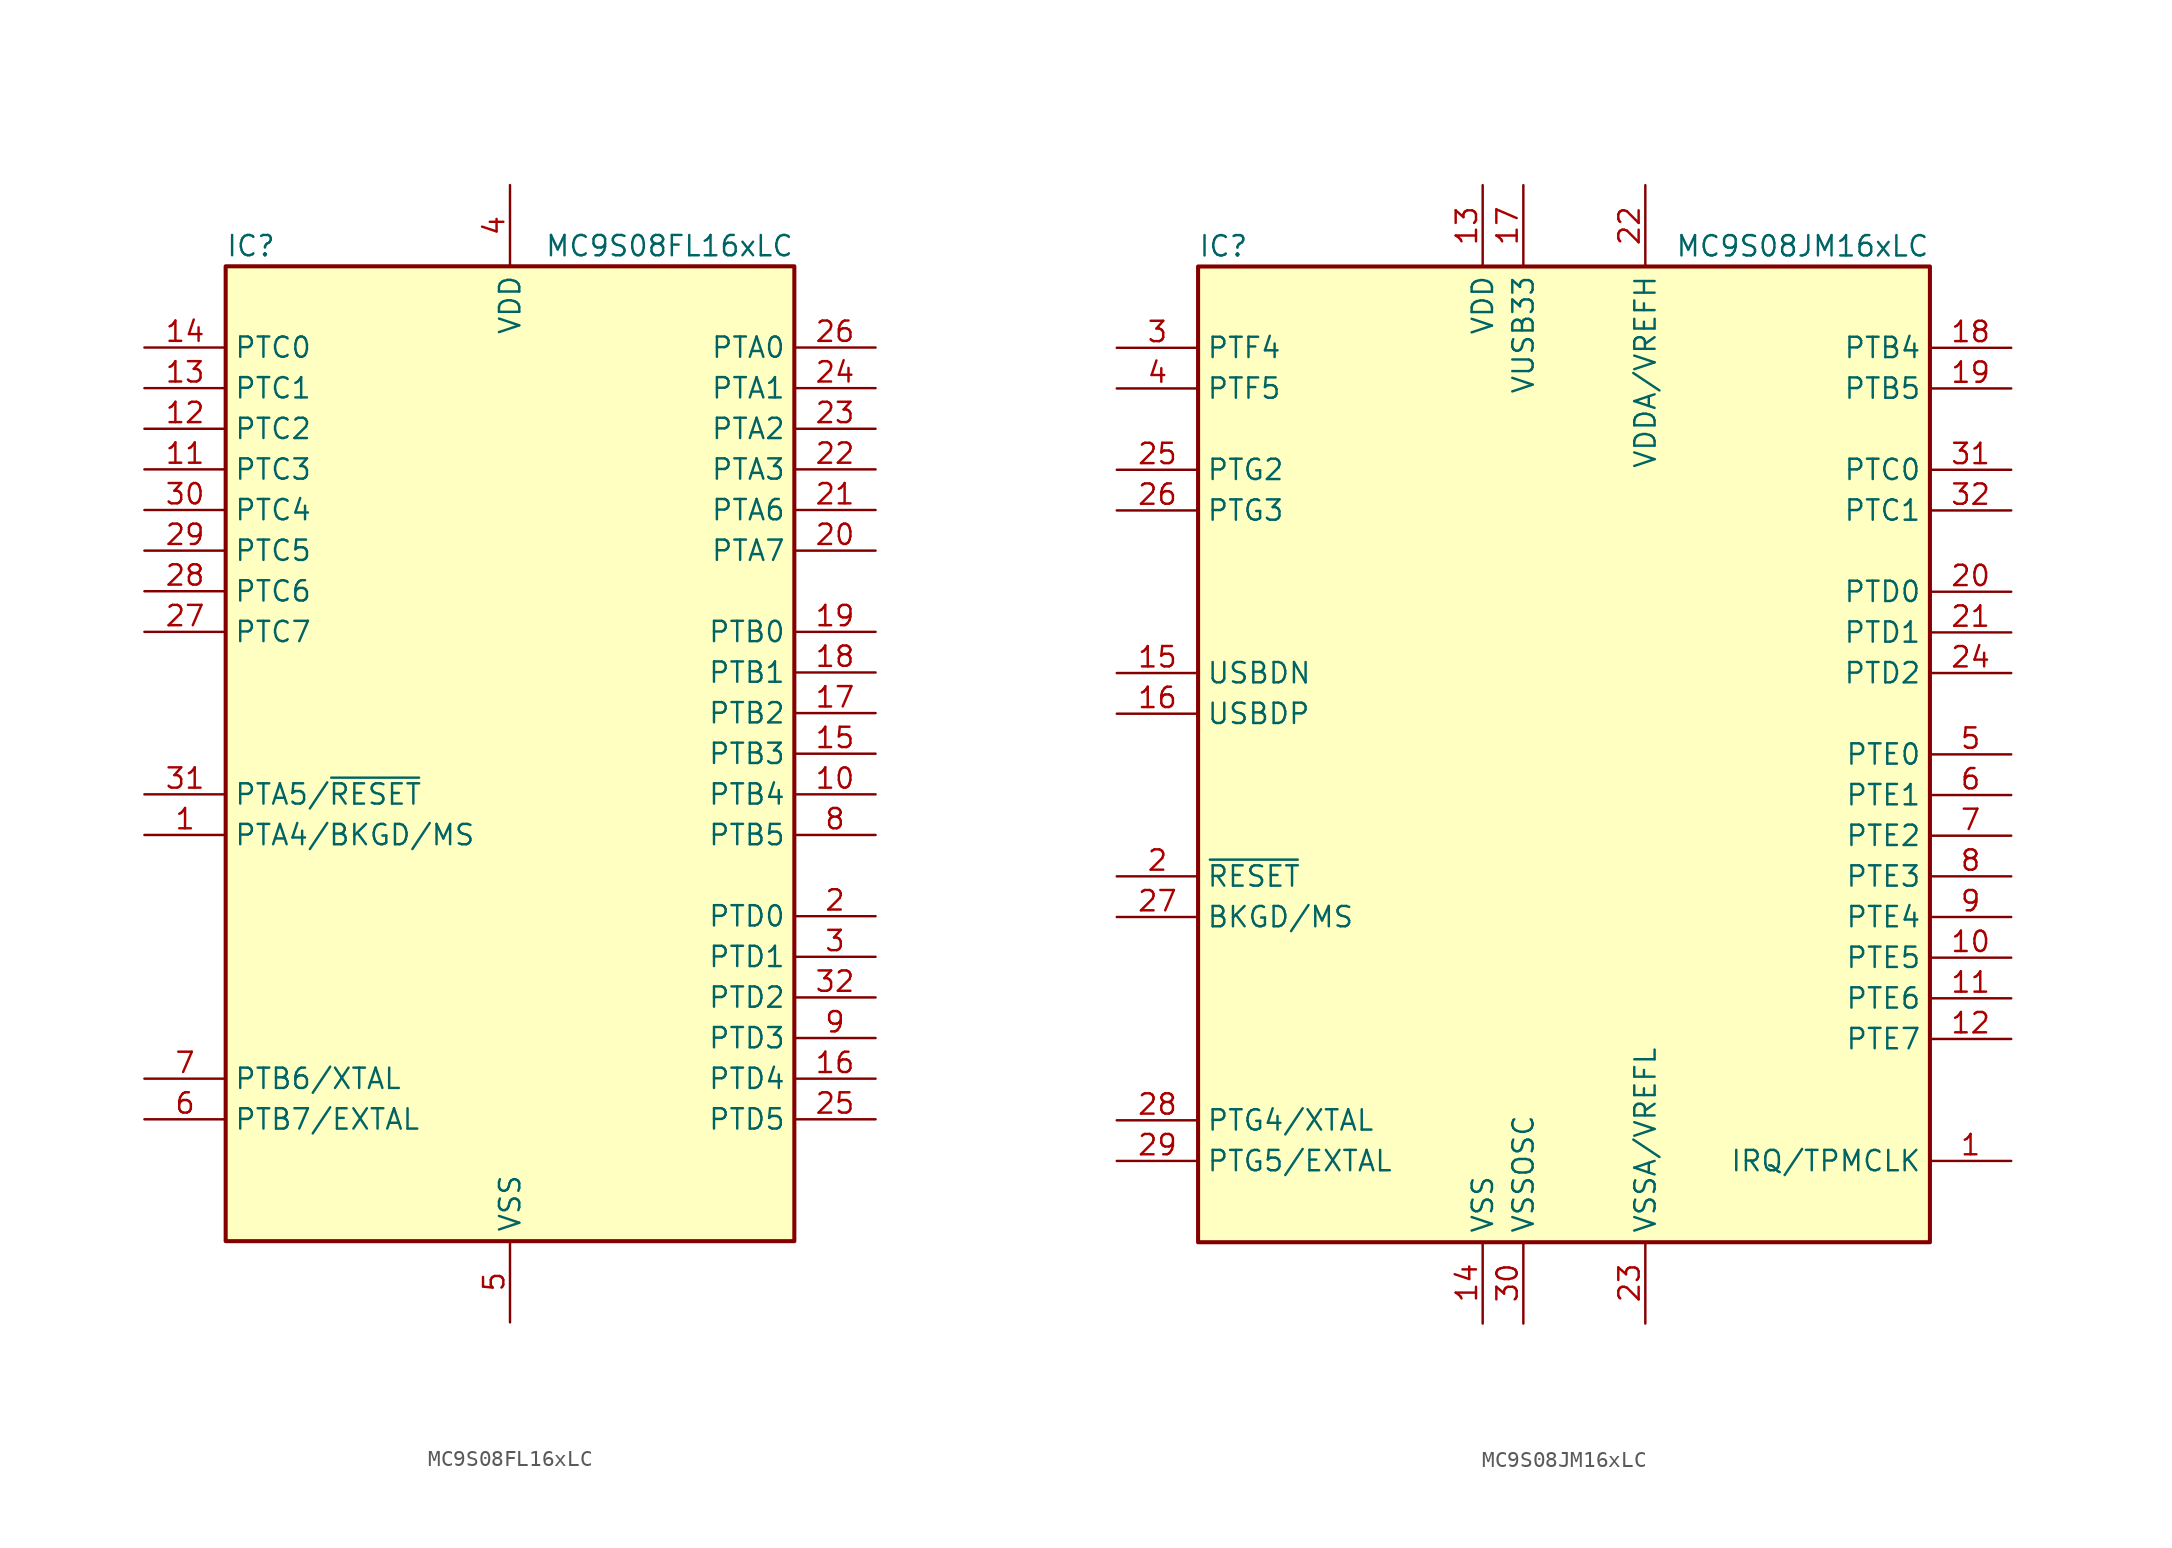
<source format=kicad_sym>
(kicad_symbol_lib
  (version 20201005)
  (generator kicad_symbol_editor)
  (symbol "MCU_NXP_S08:MC9S08FL16xLC"
    (property "Reference" "IC"
      (at -17.78 31.75 0)
      (effects (font (size 1.27 1.27)) (justify left)))
    (property "Value" "MC9S08FL16xLC"
      (at 17.78 31.75 0)
      (effects (font (size 1.27 1.27)) (justify right)))
    (symbol "MC9S08FL16xLC_0_1"
      (rectangle (start -17.78 30.48) (end 17.78 -30.48) (stroke (width 0.254)) (fill (type background))))
    (symbol "MC9S08FL16xLC_1_1"
      (pin bidirectional line (at -22.86 -5.08 0) (length 5.08) (name "PTA4/BKGD/MS" (effects (font (size 1.27 1.27)))) (number "1" (effects (font (size 1.27 1.27)))))
      (pin bidirectional line (at 22.86 -2.54 180) (length 5.08) (name "PTB4" (effects (font (size 1.27 1.27)))) (number "10" (effects (font (size 1.27 1.27)))))
      (pin bidirectional line (at -22.86 17.78 0) (length 5.08) (name "PTC3" (effects (font (size 1.27 1.27)))) (number "11" (effects (font (size 1.27 1.27)))))
      (pin bidirectional line (at -22.86 20.32 0) (length 5.08) (name "PTC2" (effects (font (size 1.27 1.27)))) (number "12" (effects (font (size 1.27 1.27)))))
      (pin bidirectional line (at -22.86 22.86 0) (length 5.08) (name "PTC1" (effects (font (size 1.27 1.27)))) (number "13" (effects (font (size 1.27 1.27)))))
      (pin bidirectional line (at -22.86 25.4 0) (length 5.08) (name "PTC0" (effects (font (size 1.27 1.27)))) (number "14" (effects (font (size 1.27 1.27)))))
      (pin bidirectional line (at 22.86 0 180) (length 5.08) (name "PTB3" (effects (font (size 1.27 1.27)))) (number "15" (effects (font (size 1.27 1.27)))))
      (pin bidirectional line (at 22.86 -20.32 180) (length 5.08) (name "PTD4" (effects (font (size 1.27 1.27)))) (number "16" (effects (font (size 1.27 1.27)))))
      (pin bidirectional line (at 22.86 2.54 180) (length 5.08) (name "PTB2" (effects (font (size 1.27 1.27)))) (number "17" (effects (font (size 1.27 1.27)))))
      (pin bidirectional line (at 22.86 5.08 180) (length 5.08) (name "PTB1" (effects (font (size 1.27 1.27)))) (number "18" (effects (font (size 1.27 1.27)))))
      (pin bidirectional line (at 22.86 7.62 180) (length 5.08) (name "PTB0" (effects (font (size 1.27 1.27)))) (number "19" (effects (font (size 1.27 1.27)))))
      (pin bidirectional line (at 22.86 -10.16 180) (length 5.08) (name "PTD0" (effects (font (size 1.27 1.27)))) (number "2" (effects (font (size 1.27 1.27)))))
      (pin bidirectional line (at 22.86 12.7 180) (length 5.08) (name "PTA7" (effects (font (size 1.27 1.27)))) (number "20" (effects (font (size 1.27 1.27)))))
      (pin bidirectional line (at 22.86 15.24 180) (length 5.08) (name "PTA6" (effects (font (size 1.27 1.27)))) (number "21" (effects (font (size 1.27 1.27)))))
      (pin bidirectional line (at 22.86 17.78 180) (length 5.08) (name "PTA3" (effects (font (size 1.27 1.27)))) (number "22" (effects (font (size 1.27 1.27)))))
      (pin bidirectional line (at 22.86 20.32 180) (length 5.08) (name "PTA2" (effects (font (size 1.27 1.27)))) (number "23" (effects (font (size 1.27 1.27)))))
      (pin bidirectional line (at 22.86 22.86 180) (length 5.08) (name "PTA1" (effects (font (size 1.27 1.27)))) (number "24" (effects (font (size 1.27 1.27)))))
      (pin bidirectional line (at 22.86 -22.86 180) (length 5.08) (name "PTD5" (effects (font (size 1.27 1.27)))) (number "25" (effects (font (size 1.27 1.27)))))
      (pin bidirectional line (at 22.86 25.4 180) (length 5.08) (name "PTA0" (effects (font (size 1.27 1.27)))) (number "26" (effects (font (size 1.27 1.27)))))
      (pin bidirectional line (at -22.86 7.62 0) (length 5.08) (name "PTC7" (effects (font (size 1.27 1.27)))) (number "27" (effects (font (size 1.27 1.27)))))
      (pin bidirectional line (at -22.86 10.16 0) (length 5.08) (name "PTC6" (effects (font (size 1.27 1.27)))) (number "28" (effects (font (size 1.27 1.27)))))
      (pin bidirectional line (at -22.86 12.7 0) (length 5.08) (name "PTC5" (effects (font (size 1.27 1.27)))) (number "29" (effects (font (size 1.27 1.27)))))
      (pin bidirectional line (at 22.86 -12.7 180) (length 5.08) (name "PTD1" (effects (font (size 1.27 1.27)))) (number "3" (effects (font (size 1.27 1.27)))))
      (pin bidirectional line (at -22.86 15.24 0) (length 5.08) (name "PTC4" (effects (font (size 1.27 1.27)))) (number "30" (effects (font (size 1.27 1.27)))))
      (pin bidirectional line (at -22.86 -2.54 0) (length 5.08) (name "PTA5/~RESET" (effects (font (size 1.27 1.27)))) (number "31" (effects (font (size 1.27 1.27)))))
      (pin bidirectional line (at 22.86 -15.24 180) (length 5.08) (name "PTD2" (effects (font (size 1.27 1.27)))) (number "32" (effects (font (size 1.27 1.27)))))
      (pin power_in line (at 0 35.56 270) (length 5.08) (name "VDD" (effects (font (size 1.27 1.27)))) (number "4" (effects (font (size 1.27 1.27)))))
      (pin power_in line (at 0 -35.56 90) (length 5.08) (name "VSS" (effects (font (size 1.27 1.27)))) (number "5" (effects (font (size 1.27 1.27)))))
      (pin bidirectional line (at -22.86 -22.86 0) (length 5.08) (name "PTB7/EXTAL" (effects (font (size 1.27 1.27)))) (number "6" (effects (font (size 1.27 1.27)))))
      (pin bidirectional line (at -22.86 -20.32 0) (length 5.08) (name "PTB6/XTAL" (effects (font (size 1.27 1.27)))) (number "7" (effects (font (size 1.27 1.27)))))
      (pin bidirectional line (at 22.86 -5.08 180) (length 5.08) (name "PTB5" (effects (font (size 1.27 1.27)))) (number "8" (effects (font (size 1.27 1.27)))))
      (pin bidirectional line (at 22.86 -17.78 180) (length 5.08) (name "PTD3" (effects (font (size 1.27 1.27)))) (number "9" (effects (font (size 1.27 1.27)))))))
  (symbol "MCU_NXP_S08:MC9S08JM16xLC"
    (property "Reference" "IC"
      (at -22.86 31.75 0)
      (effects (font (size 1.27 1.27)) (justify left)))
    (property "Value" "MC9S08JM16xLC"
      (at 22.86 31.75 0)
      (effects (font (size 1.27 1.27)) (justify right)))
    (symbol "MC9S08JM16xLC_0_1"
      (rectangle (start -22.86 30.48) (end 22.86 -30.48) (stroke (width 0.254)) (fill (type background))))
    (symbol "MC9S08JM16xLC_1_1"
      (pin bidirectional line (at 27.94 -25.4 180) (length 5.08) (name "IRQ/TPMCLK" (effects (font (size 1.27 1.27)))) (number "1" (effects (font (size 1.27 1.27)))))
      (pin bidirectional line (at 27.94 -12.7 180) (length 5.08) (name "PTE5" (effects (font (size 1.27 1.27)))) (number "10" (effects (font (size 1.27 1.27)))))
      (pin bidirectional line (at 27.94 -15.24 180) (length 5.08) (name "PTE6" (effects (font (size 1.27 1.27)))) (number "11" (effects (font (size 1.27 1.27)))))
      (pin bidirectional line (at 27.94 -17.78 180) (length 5.08) (name "PTE7" (effects (font (size 1.27 1.27)))) (number "12" (effects (font (size 1.27 1.27)))))
      (pin power_in line (at -5.08 35.56 270) (length 5.08) (name "VDD" (effects (font (size 1.27 1.27)))) (number "13" (effects (font (size 1.27 1.27)))))
      (pin power_in line (at -5.08 -35.56 90) (length 5.08) (name "VSS" (effects (font (size 1.27 1.27)))) (number "14" (effects (font (size 1.27 1.27)))))
      (pin bidirectional line (at -27.94 5.08 0) (length 5.08) (name "USBDN" (effects (font (size 1.27 1.27)))) (number "15" (effects (font (size 1.27 1.27)))))
      (pin bidirectional line (at -27.94 2.54 0) (length 5.08) (name "USBDP" (effects (font (size 1.27 1.27)))) (number "16" (effects (font (size 1.27 1.27)))))
      (pin power_out line (at -2.54 35.56 270) (length 5.08) (name "VUSB33" (effects (font (size 1.27 1.27)))) (number "17" (effects (font (size 1.27 1.27)))))
      (pin bidirectional line (at 27.94 25.4 180) (length 5.08) (name "PTB4" (effects (font (size 1.27 1.27)))) (number "18" (effects (font (size 1.27 1.27)))))
      (pin bidirectional line (at 27.94 22.86 180) (length 5.08) (name "PTB5" (effects (font (size 1.27 1.27)))) (number "19" (effects (font (size 1.27 1.27)))))
      (pin input line (at -27.94 -7.62 0) (length 5.08) (name "~RESET" (effects (font (size 1.27 1.27)))) (number "2" (effects (font (size 1.27 1.27)))))
      (pin bidirectional line (at 27.94 10.16 180) (length 5.08) (name "PTD0" (effects (font (size 1.27 1.27)))) (number "20" (effects (font (size 1.27 1.27)))))
      (pin bidirectional line (at 27.94 7.62 180) (length 5.08) (name "PTD1" (effects (font (size 1.27 1.27)))) (number "21" (effects (font (size 1.27 1.27)))))
      (pin power_in line (at 5.08 35.56 270) (length 5.08) (name "VDDA/VREFH" (effects (font (size 1.27 1.27)))) (number "22" (effects (font (size 1.27 1.27)))))
      (pin power_in line (at 5.08 -35.56 90) (length 5.08) (name "VSSA/VREFL" (effects (font (size 1.27 1.27)))) (number "23" (effects (font (size 1.27 1.27)))))
      (pin bidirectional line (at 27.94 5.08 180) (length 5.08) (name "PTD2" (effects (font (size 1.27 1.27)))) (number "24" (effects (font (size 1.27 1.27)))))
      (pin bidirectional line (at -27.94 17.78 0) (length 5.08) (name "PTG2" (effects (font (size 1.27 1.27)))) (number "25" (effects (font (size 1.27 1.27)))))
      (pin bidirectional line (at -27.94 15.24 0) (length 5.08) (name "PTG3" (effects (font (size 1.27 1.27)))) (number "26" (effects (font (size 1.27 1.27)))))
      (pin bidirectional line (at -27.94 -10.16 0) (length 5.08) (name "BKGD/MS" (effects (font (size 1.27 1.27)))) (number "27" (effects (font (size 1.27 1.27)))))
      (pin bidirectional line (at -27.94 -22.86 0) (length 5.08) (name "PTG4/XTAL" (effects (font (size 1.27 1.27)))) (number "28" (effects (font (size 1.27 1.27)))))
      (pin bidirectional line (at -27.94 -25.4 0) (length 5.08) (name "PTG5/EXTAL" (effects (font (size 1.27 1.27)))) (number "29" (effects (font (size 1.27 1.27)))))
      (pin bidirectional line (at -27.94 25.4 0) (length 5.08) (name "PTF4" (effects (font (size 1.27 1.27)))) (number "3" (effects (font (size 1.27 1.27)))))
      (pin power_in line (at -2.54 -35.56 90) (length 5.08) (name "VSSOSC" (effects (font (size 1.27 1.27)))) (number "30" (effects (font (size 1.27 1.27)))))
      (pin bidirectional line (at 27.94 17.78 180) (length 5.08) (name "PTC0" (effects (font (size 1.27 1.27)))) (number "31" (effects (font (size 1.27 1.27)))))
      (pin bidirectional line (at 27.94 15.24 180) (length 5.08) (name "PTC1" (effects (font (size 1.27 1.27)))) (number "32" (effects (font (size 1.27 1.27)))))
      (pin bidirectional line (at -27.94 22.86 0) (length 5.08) (name "PTF5" (effects (font (size 1.27 1.27)))) (number "4" (effects (font (size 1.27 1.27)))))
      (pin bidirectional line (at 27.94 0 180) (length 5.08) (name "PTE0" (effects (font (size 1.27 1.27)))) (number "5" (effects (font (size 1.27 1.27)))))
      (pin bidirectional line (at 27.94 -2.54 180) (length 5.08) (name "PTE1" (effects (font (size 1.27 1.27)))) (number "6" (effects (font (size 1.27 1.27)))))
      (pin bidirectional line (at 27.94 -5.08 180) (length 5.08) (name "PTE2" (effects (font (size 1.27 1.27)))) (number "7" (effects (font (size 1.27 1.27)))))
      (pin bidirectional line (at 27.94 -7.62 180) (length 5.08) (name "PTE3" (effects (font (size 1.27 1.27)))) (number "8" (effects (font (size 1.27 1.27)))))
      (pin bidirectional line (at 27.94 -10.16 180) (length 5.08) (name "PTE4" (effects (font (size 1.27 1.27)))) (number "9" (effects (font (size 1.27 1.27))))))))
</source>
